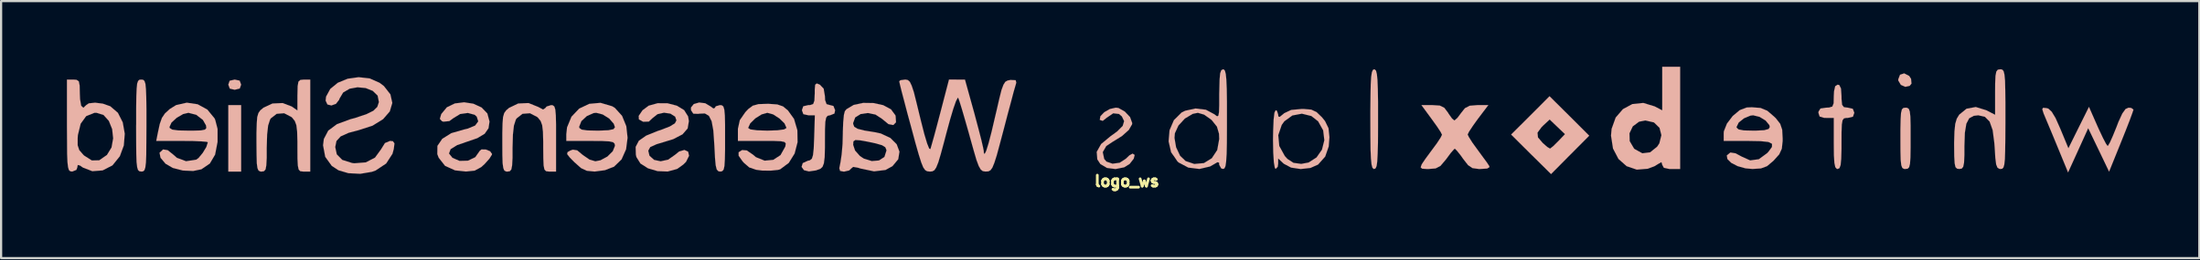
<source format=kicad_pcb>
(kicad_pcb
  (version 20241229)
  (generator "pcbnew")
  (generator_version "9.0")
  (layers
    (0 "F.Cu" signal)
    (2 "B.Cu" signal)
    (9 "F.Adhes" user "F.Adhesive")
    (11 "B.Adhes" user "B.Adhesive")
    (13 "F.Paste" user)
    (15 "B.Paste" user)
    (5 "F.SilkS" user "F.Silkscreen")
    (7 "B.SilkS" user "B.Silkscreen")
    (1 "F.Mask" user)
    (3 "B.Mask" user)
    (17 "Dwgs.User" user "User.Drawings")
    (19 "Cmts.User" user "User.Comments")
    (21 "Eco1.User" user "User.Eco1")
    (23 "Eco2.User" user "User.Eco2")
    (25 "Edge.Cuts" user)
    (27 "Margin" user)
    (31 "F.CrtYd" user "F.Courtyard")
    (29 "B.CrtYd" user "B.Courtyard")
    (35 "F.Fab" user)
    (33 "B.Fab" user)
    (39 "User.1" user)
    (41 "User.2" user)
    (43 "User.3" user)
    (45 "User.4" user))
  (footprint "logo_ws"
    (layer "F.Cu")
    (at 47.029 2.686)
    (property "Reference" "logo_ws" (at 1.27 2.54 0) (layer "F.SilkS") (effects (font (size 0.5 0.5) (thickness 0.125))))
    (attr through_hole)
    (fp_poly (pts (xy -39.675 -1.869) (xy -39.606 -1.687) (xy -39.383 -1.636) (xy -39.154 -1.692) (xy -39.091 -1.869) (xy -39.157 -2.052) (xy -39.383 -2.101) (xy -39.614 -2.047) (xy -39.675 -1.869)) (stroke (width 0.003) (type solid)) (fill yes) (layer "B.SilkS"))
    (fp_poly (pts (xy -39.675 2.101) (xy -39.383 2.101) (xy -39.091 2.101) (xy -39.091 0.582) (xy -39.091 -0.935) (xy -39.383 -0.935) (xy -39.675 -0.935) (xy -39.675 0.582) (xy -39.675 2.101)) (stroke (width 0.003) (type solid)) (fill yes) (layer "B.SilkS"))
    (fp_poly (pts (xy 36.424 -2.111) (xy 36.426 -2.057) (xy 36.543 -1.859) (xy 36.746 -1.77) (xy 36.944 -1.814) (xy 37.028 -1.918) (xy 37.008 -2.136) (xy 36.921 -2.268) (xy 36.695 -2.385) (xy 36.505 -2.322) (xy 36.424 -2.111)) (stroke (width 0.003) (type solid)) (fill yes) (layer "B.SilkS"))
    (fp_poly (pts (xy 36.523 0.582) (xy 36.525 1.173) (xy 36.535 1.567) (xy 36.563 1.811) (xy 36.609 1.933) (xy 36.685 1.979) (xy 36.756 1.981) (xy 36.855 1.968) (xy 36.921 1.9) (xy 36.96 1.742) (xy 36.98 1.453) (xy 36.987 0.993) (xy 36.987 0.582) (xy 36.987 -0.01) (xy 36.977 -0.406) (xy 36.949 -0.648) (xy 36.899 -0.77) (xy 36.822 -0.813) (xy 36.756 -0.818) (xy 36.657 -0.805) (xy 36.591 -0.739) (xy 36.551 -0.577) (xy 36.533 -0.29) (xy 36.523 0.168) (xy 36.523 0.582)) (stroke (width 0.003) (type solid)) (fill yes) (layer "B.SilkS"))
    (fp_poly (pts (xy 18.783 0.409) (xy 19.69 1.313) (xy 19.985 1.603) (xy 19.985 0.323) (xy 20.168 0.074) (xy 20.244 -0.003) (xy 20.538 -0.277) (xy 20.889 0.058) (xy 21.237 0.391) (xy 20.922 0.721) (xy 20.709 0.932) (xy 20.569 1.044) (xy 20.551 1.049) (xy 20.432 0.978) (xy 20.234 0.805) (xy 20.223 0.795) (xy 20.005 0.538) (xy 19.985 0.323) (xy 19.985 1.603) (xy 20.602 2.215) (xy 21.468 1.341) (xy 22.342 0.462) (xy 21.438 -0.442) (xy 20.533 -1.341) (xy 19.66 -0.465) (xy 18.783 0.409)) (stroke (width 0.003) (type solid)) (fill yes) (layer "B.SilkS"))
    (fp_poly (pts (xy 12.367 -0.295) (xy 12.37 0.5) (xy 12.377 1.09) (xy 12.395 1.501) (xy 12.421 1.768) (xy 12.459 1.918) (xy 12.515 1.979) (xy 12.543 1.981) (xy 12.606 1.953) (xy 12.652 1.849) (xy 12.682 1.638) (xy 12.7 1.293) (xy 12.715 0.785) (xy 12.718 0.084) (xy 12.718 -0.295) (xy 12.718 -1.09) (xy 12.708 -1.676) (xy 12.692 -2.09) (xy 12.664 -2.357) (xy 12.626 -2.507) (xy 12.57 -2.563) (xy 12.543 -2.57) (xy 12.484 -2.543) (xy 12.438 -2.436) (xy 12.405 -2.223) (xy 12.385 -1.88) (xy 12.375 -1.372) (xy 12.367 -0.673) (xy 12.367 -0.295)) (stroke (width 0.003) (type solid)) (fill yes) (layer "B.SilkS"))
    (fp_poly (pts (xy -43.876 0) (xy -43.873 0.747) (xy -43.868 1.288) (xy -43.856 1.666) (xy -43.828 1.9) (xy -43.79 2.029) (xy -43.729 2.085) (xy -43.65 2.098) (xy -43.642 2.101) (xy -43.558 2.09) (xy -43.498 2.037) (xy -43.457 1.915) (xy -43.429 1.687) (xy -43.414 1.323) (xy -43.411 0.79) (xy -43.406 0.058) (xy -43.406 0) (xy -43.406 -0.749) (xy -43.414 -1.293) (xy -43.429 -1.669) (xy -43.452 -1.905) (xy -43.495 -2.035) (xy -43.553 -2.09) (xy -43.635 -2.101) (xy -43.642 -2.101) (xy -43.726 -2.093) (xy -43.785 -2.04) (xy -43.828 -1.918) (xy -43.851 -1.692) (xy -43.866 -1.326) (xy -43.873 -0.795) (xy -43.873 -0.064) (xy -43.876 0)) (stroke (width 0.003) (type solid)) (fill yes) (layer "B.SilkS"))
    (fp_poly (pts (xy -18.593 -0.823) (xy -18.588 -0.701) (xy -18.486 -0.544) (xy -18.26 -0.536) (xy -18.214 -0.544) (xy -17.958 -0.554) (xy -17.775 -0.447) (xy -17.65 -0.201) (xy -17.572 0.221) (xy -17.529 0.843) (xy -17.523 0.945) (xy -17.496 1.473) (xy -17.465 1.814) (xy -17.419 2.002) (xy -17.346 2.083) (xy -17.257 2.101) (xy -17.168 2.083) (xy -17.104 2.009) (xy -17.066 1.844) (xy -17.048 1.547) (xy -17.038 1.082) (xy -17.038 0.582) (xy -17.038 -0.038) (xy -17.048 -0.462) (xy -17.071 -0.724) (xy -17.115 -0.869) (xy -17.181 -0.925) (xy -17.272 -0.935) (xy -17.46 -0.881) (xy -17.503 -0.808) (xy -17.569 -0.78) (xy -17.689 -0.869) (xy -17.94 -1.019) (xy -18.219 -1.054) (xy -18.463 -0.983) (xy -18.593 -0.823)) (stroke (width 0.003) (type solid)) (fill yes) (layer "B.SilkS"))
    (fp_poly (pts (xy 42.987 -0.747) (xy 43.05 -0.549) (xy 43.117 -0.389) (xy 43.246 -0.081) (xy 43.434 0.368) (xy 43.645 0.879) (xy 43.736 1.1) (xy 44.163 2.139) (xy 44.623 1.128) (xy 45.08 0.119) (xy 45.557 1.11) (xy 46.032 2.103) (xy 46.586 0.732) (xy 46.797 0.203) (xy 46.97 -0.241) (xy 47.089 -0.566) (xy 47.142 -0.724) (xy 47.142 -0.732) (xy 47.043 -0.805) (xy 46.921 -0.818) (xy 46.782 -0.757) (xy 46.634 -0.549) (xy 46.457 -0.165) (xy 46.373 0.056) (xy 46.208 0.462) (xy 46.071 0.77) (xy 45.979 0.925) (xy 45.966 0.932) (xy 45.893 0.833) (xy 45.753 0.566) (xy 45.575 0.188) (xy 45.507 0.038) (xy 45.115 -0.853) (xy 44.646 0.091) (xy 44.178 1.036) (xy 43.807 0.14) (xy 43.594 -0.34) (xy 43.419 -0.63) (xy 43.264 -0.775) (xy 43.18 -0.798) (xy 43.025 -0.813) (xy 42.987 -0.747)) (stroke (width 0.003) (type solid)) (fill yes) (layer "B.SilkS"))
    (fp_poly (pts (xy -0.102 1.201) (xy -0.074 1.544) (xy 0.066 1.758) (xy 0.368 1.935) (xy 0.759 1.984) (xy 1.151 1.905) (xy 1.4 1.75) (xy 1.585 1.511) (xy 1.628 1.341) (xy 1.534 1.28) (xy 1.389 1.359) (xy 1.224 1.516) (xy 0.945 1.697) (xy 0.62 1.742) (xy 0.343 1.646) (xy 0.239 1.524) (xy 0.173 1.212) (xy 0.333 0.935) (xy 0.627 0.739) (xy 1.046 0.48) (xy 1.359 0.201) (xy 1.509 -0.058) (xy 1.516 -0.114) (xy 1.417 -0.389) (xy 1.179 -0.64) (xy 0.889 -0.803) (xy 0.767 -0.818) (xy 0.498 -0.757) (xy 0.241 -0.61) (xy 0.066 -0.427) (xy 0.038 -0.267) (xy 0.043 -0.259) (xy 0.173 -0.216) (xy 0.353 -0.358) (xy 0.65 -0.561) (xy 0.914 -0.531) (xy 1.046 -0.417) (xy 1.148 -0.203) (xy 1.082 0.015) (xy 0.831 0.267) (xy 0.526 0.488) (xy 0.099 0.843) (xy -0.102 1.201)) (stroke (width 0.003) (type solid)) (fill yes) (layer "B.SilkS"))
    (fp_poly (pts (xy 32.786 -0.584) (xy 32.842 -0.414) (xy 33.048 -0.353) (xy 33.137 -0.351) (xy 33.487 -0.351) (xy 33.487 0.815) (xy 33.492 1.359) (xy 33.515 1.709) (xy 33.556 1.9) (xy 33.627 1.979) (xy 33.663 1.981) (xy 33.746 1.943) (xy 33.797 1.803) (xy 33.825 1.519) (xy 33.838 1.057) (xy 33.838 0.815) (xy 33.84 0.287) (xy 33.853 -0.053) (xy 33.886 -0.244) (xy 33.952 -0.33) (xy 34.061 -0.351) (xy 34.13 -0.351) (xy 34.359 -0.406) (xy 34.422 -0.584) (xy 34.353 -0.767) (xy 34.13 -0.818) (xy 33.95 -0.841) (xy 33.866 -0.947) (xy 33.84 -1.201) (xy 33.838 -1.344) (xy 33.815 -1.692) (xy 33.739 -1.849) (xy 33.663 -1.869) (xy 33.551 -1.798) (xy 33.498 -1.565) (xy 33.487 -1.344) (xy 33.48 -1.021) (xy 33.421 -0.869) (xy 33.269 -0.823) (xy 33.137 -0.818) (xy 32.88 -0.78) (xy 32.794 -0.645) (xy 32.786 -0.584)) (stroke (width 0.003) (type solid)) (fill yes) (layer "B.SilkS"))
    (fp_poly (pts (xy 23.335 0.46) (xy 23.426 1.049) (xy 23.675 1.524) (xy 24.046 1.854) (xy 24.176 1.897) (xy 24.176 0.353) (xy 24.326 0.036) (xy 24.613 -0.178) (xy 24.902 -0.234) (xy 25.291 -0.145) (xy 25.545 0.102) (xy 25.631 0.437) (xy 25.537 0.813) (xy 25.436 0.965) (xy 25.116 1.222) (xy 24.762 1.265) (xy 24.42 1.077) (xy 24.384 1.049) (xy 24.186 0.711) (xy 24.176 0.353) (xy 24.176 1.897) (xy 24.508 2.012) (xy 25.009 1.971) (xy 25.309 1.859) (xy 25.502 1.742) (xy 25.634 1.669) (xy 25.669 1.788) (xy 25.669 1.793) (xy 25.743 1.928) (xy 25.989 1.981) (xy 26.078 1.981) (xy 26.485 1.981) (xy 26.485 -0.351) (xy 26.485 -2.685) (xy 26.078 -2.685) (xy 25.669 -2.685) (xy 25.669 -1.692) (xy 25.669 -0.696) (xy 25.326 -0.876) (xy 24.806 -1.034) (xy 24.308 -0.983) (xy 23.879 -0.752) (xy 23.548 -0.368) (xy 23.363 0.147) (xy 23.335 0.46)) (stroke (width 0.003) (type solid)) (fill yes) (layer "B.SilkS"))
    (fp_poly (pts (xy -13.551 1.887) (xy -13.442 2.037) (xy -13.216 2.093) (xy -12.896 2.047) (xy -12.69 1.971) (xy -12.596 1.882) (xy -12.535 1.722) (xy -12.499 1.438) (xy -12.487 0.991) (xy -12.487 0.693) (xy -12.484 0.165) (xy -12.469 -0.175) (xy -12.431 -0.363) (xy -12.367 -0.447) (xy -12.263 -0.47) (xy -12.253 -0.47) (xy -12.055 -0.549) (xy -12.022 -0.701) (xy -12.101 -0.897) (xy -12.253 -0.935) (xy -12.413 -0.98) (xy -12.479 -1.163) (xy -12.487 -1.341) (xy -12.545 -1.687) (xy -12.72 -1.869) (xy -12.86 -1.925) (xy -12.931 -1.867) (xy -12.951 -1.638) (xy -12.951 -1.463) (xy -12.967 -1.138) (xy -13.023 -0.983) (xy -13.162 -0.937) (xy -13.246 -0.935) (xy -13.475 -0.881) (xy -13.536 -0.701) (xy -13.47 -0.521) (xy -13.238 -0.47) (xy -12.946 -0.47) (xy -12.977 0.554) (xy -12.997 1.044) (xy -13.03 1.349) (xy -13.081 1.511) (xy -13.17 1.585) (xy -13.274 1.61) (xy -13.498 1.714) (xy -13.551 1.887)) (stroke (width 0.003) (type solid)) (fill yes) (layer "B.SilkS"))
    (fp_poly (pts (xy -38.392 0.767) (xy -38.387 1.341) (xy -38.377 1.72) (xy -38.346 1.946) (xy -38.296 2.057) (xy -38.212 2.098) (xy -38.156 2.101) (xy -38.047 2.083) (xy -37.978 2.002) (xy -37.943 1.814) (xy -37.925 1.473) (xy -37.925 1.016) (xy -37.907 0.414) (xy -37.861 0) (xy -37.777 -0.262) (xy -37.744 -0.325) (xy -37.47 -0.538) (xy -37.13 -0.564) (xy -36.797 -0.391) (xy -36.756 -0.351) (xy -36.645 -0.211) (xy -36.573 -0.018) (xy -36.538 0.279) (xy -36.525 0.732) (xy -36.525 0.991) (xy -36.523 1.506) (xy -36.507 1.826) (xy -36.469 2.007) (xy -36.398 2.083) (xy -36.279 2.098) (xy -36.231 2.101) (xy -35.941 2.101) (xy -35.941 0) (xy -35.941 -2.101) (xy -36.231 -2.101) (xy -36.393 -2.085) (xy -36.479 -2.007) (xy -36.515 -1.806) (xy -36.523 -1.433) (xy -36.525 -1.397) (xy -36.525 -0.691) (xy -36.784 -0.871) (xy -37.198 -1.029) (xy -37.663 -1.008) (xy -38.08 -0.813) (xy -38.082 -0.808) (xy -38.217 -0.696) (xy -38.303 -0.572) (xy -38.357 -0.389) (xy -38.379 -0.102) (xy -38.392 0.34) (xy -38.392 0.767)) (stroke (width 0.003) (type solid)) (fill yes) (layer "B.SilkS"))
    (fp_poly (pts (xy -30.15 1.306) (xy -30.086 1.471) (xy -29.797 1.839) (xy -29.342 2.045) (xy -28.842 2.098) (xy -28.448 2.057) (xy -28.151 1.897) (xy -27.998 1.758) (xy -27.78 1.516) (xy -27.666 1.333) (xy -27.656 1.298) (xy -27.744 1.173) (xy -27.945 1.092) (xy -28.138 1.09) (xy -28.214 1.151) (xy -28.42 1.443) (xy -28.753 1.603) (xy -29.139 1.613) (xy -29.461 1.473) (xy -29.619 1.275) (xy -29.545 1.077) (xy -29.248 0.892) (xy -28.859 0.757) (xy -28.326 0.574) (xy -27.991 0.371) (xy -27.818 0.122) (xy -27.772 -0.185) (xy -27.871 -0.554) (xy -28.133 -0.826) (xy -28.506 -0.998) (xy -28.928 -1.064) (xy -29.352 -1.011) (xy -29.715 -0.836) (xy -29.969 -0.528) (xy -29.972 -0.521) (xy -30.035 -0.307) (xy -29.942 -0.203) (xy -29.873 -0.178) (xy -29.601 -0.206) (xy -29.411 -0.345) (xy -29.111 -0.528) (xy -28.758 -0.577) (xy -28.448 -0.493) (xy -28.354 -0.409) (xy -28.285 -0.193) (xy -28.425 -0.003) (xy -28.765 0.14) (xy -28.91 0.173) (xy -29.51 0.345) (xy -29.926 0.605) (xy -30.145 0.927) (xy -30.15 1.306)) (stroke (width 0.003) (type solid)) (fill yes) (layer "B.SilkS"))
    (fp_poly (pts (xy -27.188 0.767) (xy -27.186 1.341) (xy -27.175 1.72) (xy -27.142 1.946) (xy -27.094 2.057) (xy -27.01 2.098) (xy -26.954 2.101) (xy -26.845 2.083) (xy -26.777 2.002) (xy -26.741 1.814) (xy -26.723 1.473) (xy -26.723 1.016) (xy -26.706 0.414) (xy -26.66 0) (xy -26.576 -0.262) (xy -26.54 -0.325) (xy -26.269 -0.538) (xy -25.928 -0.564) (xy -25.596 -0.391) (xy -25.555 -0.351) (xy -25.443 -0.211) (xy -25.372 -0.018) (xy -25.337 0.279) (xy -25.324 0.732) (xy -25.324 0.991) (xy -25.319 1.506) (xy -25.306 1.826) (xy -25.268 2.007) (xy -25.197 2.083) (xy -25.077 2.098) (xy -25.029 2.101) (xy -24.74 2.101) (xy -24.74 0.582) (xy -24.74 -0.038) (xy -24.75 -0.462) (xy -24.773 -0.729) (xy -24.816 -0.869) (xy -24.884 -0.925) (xy -24.963 -0.935) (xy -25.169 -0.871) (xy -25.232 -0.798) (xy -25.331 -0.734) (xy -25.547 -0.848) (xy -25.557 -0.853) (xy -25.994 -1.029) (xy -26.467 -1.008) (xy -26.881 -0.808) (xy -27.013 -0.696) (xy -27.102 -0.572) (xy -27.155 -0.389) (xy -27.178 -0.102) (xy -27.188 0.34) (xy -27.188 0.767)) (stroke (width 0.003) (type solid)) (fill yes) (layer "B.SilkS"))
    (fp_poly (pts (xy -21.112 0.973) (xy -21.102 1.333) (xy -21.077 1.438) (xy -20.894 1.732) (xy -20.551 1.951) (xy -20.114 2.08) (xy -19.655 2.098) (xy -19.235 1.984) (xy -19.197 1.963) (xy -18.936 1.775) (xy -18.816 1.654) (xy -18.679 1.379) (xy -18.722 1.191) (xy -18.89 1.113) (xy -19.131 1.184) (xy -19.319 1.336) (xy -19.632 1.557) (xy -19.972 1.631) (xy -20.272 1.567) (xy -20.483 1.377) (xy -20.538 1.146) (xy -20.447 0.98) (xy -20.16 0.851) (xy -20.041 0.815) (xy -19.401 0.62) (xy -18.976 0.399) (xy -18.743 0.13) (xy -18.687 -0.203) (xy -18.722 -0.417) (xy -18.903 -0.706) (xy -19.238 -0.909) (xy -19.662 -1.019) (xy -20.112 -1.021) (xy -20.518 -0.909) (xy -20.798 -0.701) (xy -20.973 -0.442) (xy -20.965 -0.284) (xy -20.777 -0.178) (xy -20.762 -0.175) (xy -20.511 -0.183) (xy -20.345 -0.34) (xy -20.117 -0.521) (xy -19.82 -0.589) (xy -19.528 -0.546) (xy -19.312 -0.409) (xy -19.253 -0.239) (xy -19.324 -0.102) (xy -19.55 0.038) (xy -19.967 0.201) (xy -20.102 0.244) (xy -20.635 0.46) (xy -20.965 0.691) (xy -21.112 0.973)) (stroke (width 0.003) (type solid)) (fill yes) (layer "B.SilkS"))
    (fp_poly (pts (xy 14.661 1.908) (xy 14.729 1.968) (xy 14.915 1.981) (xy 15.039 1.981) (xy 15.344 1.956) (xy 15.56 1.844) (xy 15.773 1.595) (xy 15.834 1.519) (xy 16.032 1.25) (xy 16.18 1.082) (xy 16.218 1.054) (xy 16.312 1.146) (xy 16.487 1.364) (xy 16.596 1.519) (xy 16.82 1.806) (xy 17.023 1.943) (xy 17.302 1.981) (xy 17.391 1.981) (xy 17.696 1.961) (xy 17.798 1.895) (xy 17.78 1.839) (xy 17.668 1.669) (xy 17.46 1.387) (xy 17.247 1.095) (xy 17.015 0.775) (xy 16.855 0.521) (xy 16.802 0.406) (xy 16.868 0.272) (xy 17.041 0.01) (xy 17.272 -0.312) (xy 17.744 -0.935) (xy 17.244 -0.935) (xy 16.896 -0.907) (xy 16.678 -0.795) (xy 16.51 -0.584) (xy 16.337 -0.353) (xy 16.208 -0.239) (xy 16.198 -0.234) (xy 16.088 -0.325) (xy 15.931 -0.546) (xy 15.911 -0.584) (xy 15.738 -0.813) (xy 15.532 -0.914) (xy 15.199 -0.935) (xy 14.696 -0.935) (xy 15.164 -0.297) (xy 15.403 0.036) (xy 15.57 0.29) (xy 15.634 0.419) (xy 15.57 0.549) (xy 15.403 0.805) (xy 15.189 1.095) (xy 14.884 1.509) (xy 14.709 1.768) (xy 14.661 1.908)) (stroke (width 0.003) (type solid)) (fill yes) (layer "B.SilkS"))
    (fp_poly (pts (xy 7.932 0.64) (xy 7.943 1.234) (xy 7.971 1.676) (xy 8.014 1.928) (xy 8.052 1.981) (xy 8.146 1.882) (xy 8.166 1.742) (xy 8.166 1.506) (xy 8.171 1.506) (xy 8.171 0.437) (xy 8.329 -0.03) (xy 8.448 -0.196) (xy 8.814 -0.462) (xy 9.248 -0.544) (xy 9.68 -0.437) (xy 9.987 -0.196) (xy 10.218 0.216) (xy 10.272 0.668) (xy 10.163 1.1) (xy 9.916 1.455) (xy 9.555 1.687) (xy 9.218 1.75) (xy 8.865 1.702) (xy 8.59 1.524) (xy 8.468 1.389) (xy 8.217 0.932) (xy 8.171 0.437) (xy 8.171 1.506) (xy 8.423 1.742) (xy 8.755 1.918) (xy 9.192 1.984) (xy 9.637 1.935) (xy 9.99 1.778) (xy 9.99 1.775) (xy 10.31 1.415) (xy 10.47 0.953) (xy 10.503 0.531) (xy 10.46 0.119) (xy 10.302 -0.206) (xy 10.163 -0.378) (xy 9.916 -0.617) (xy 9.675 -0.729) (xy 9.329 -0.759) (xy 9.238 -0.759) (xy 8.758 -0.714) (xy 8.44 -0.564) (xy 8.412 -0.538) (xy 8.237 -0.396) (xy 8.174 -0.417) (xy 8.166 -0.508) (xy 8.11 -0.676) (xy 8.052 -0.701) (xy 7.998 -0.592) (xy 7.96 -0.272) (xy 7.94 0.221) (xy 7.932 0.64)) (stroke (width 0.003) (type solid)) (fill yes) (layer "B.SilkS"))
    (fp_poly (pts (xy 38.971 0.889) (xy 38.976 1.4) (xy 38.994 1.722) (xy 39.032 1.897) (xy 39.106 1.968) (xy 39.207 1.981) (xy 39.319 1.963) (xy 39.385 1.88) (xy 39.423 1.692) (xy 39.439 1.344) (xy 39.439 0.942) (xy 39.459 0.33) (xy 39.527 -0.084) (xy 39.657 -0.333) (xy 39.868 -0.447) (xy 40.071 -0.47) (xy 40.373 -0.401) (xy 40.587 -0.185) (xy 40.726 0.206) (xy 40.803 0.795) (xy 40.818 0.993) (xy 40.848 1.478) (xy 40.886 1.775) (xy 40.947 1.925) (xy 41.041 1.979) (xy 41.087 1.981) (xy 41.163 1.971) (xy 41.219 1.91) (xy 41.257 1.778) (xy 41.283 1.539) (xy 41.295 1.166) (xy 41.303 0.622) (xy 41.308 -0.114) (xy 41.308 -0.295) (xy 41.308 -1.074) (xy 41.3 -1.654) (xy 41.29 -2.057) (xy 41.265 -2.324) (xy 41.229 -2.474) (xy 41.178 -2.548) (xy 41.107 -2.57) (xy 41.072 -2.57) (xy 40.96 -2.553) (xy 40.894 -2.469) (xy 40.856 -2.276) (xy 40.841 -1.928) (xy 40.838 -1.529) (xy 40.838 -0.493) (xy 40.434 -0.701) (xy 39.957 -0.848) (xy 39.535 -0.77) (xy 39.202 -0.498) (xy 39.091 -0.315) (xy 39.022 -0.081) (xy 38.986 0.259) (xy 38.971 0.767) (xy 38.971 0.889)) (stroke (width 0.003) (type solid)) (fill yes) (layer "B.SilkS"))
    (fp_poly (pts (xy -42.959 0.701) (xy -42.357 0.701) (xy -42.357 0.066) (xy -42.263 -0.14) (xy -42.024 -0.358) (xy -41.735 -0.526) (xy -41.493 -0.584) (xy -41.138 -0.493) (xy -40.833 -0.259) (xy -40.691 -0.008) (xy -40.676 0.114) (xy -40.739 0.185) (xy -40.924 0.221) (xy -41.28 0.231) (xy -41.493 0.231) (xy -41.958 0.221) (xy -42.227 0.185) (xy -42.342 0.114) (xy -42.357 0.066) (xy -42.357 0.701) (xy -41.783 0.701) (xy -41.293 0.704) (xy -40.902 0.721) (xy -40.66 0.742) (xy -40.607 0.762) (xy -40.676 0.978) (xy -40.841 1.25) (xy -41.031 1.481) (xy -41.138 1.557) (xy -41.6 1.628) (xy -42.017 1.473) (xy -42.184 1.326) (xy -42.438 1.123) (xy -42.644 1.09) (xy -42.647 1.09) (xy -42.809 1.24) (xy -42.763 1.471) (xy -42.535 1.742) (xy -42.202 1.935) (xy -41.747 2.052) (xy -41.275 2.073) (xy -40.902 1.996) (xy -40.516 1.732) (xy -40.277 1.326) (xy -40.165 0.747) (xy -40.165 0.714) (xy -40.165 0.15) (xy -40.274 -0.269) (xy -40.305 -0.333) (xy -40.632 -0.732) (xy -41.072 -0.973) (xy -41.567 -1.046) (xy -42.055 -0.935) (xy -42.342 -0.757) (xy -42.563 -0.554) (xy -42.7 -0.351) (xy -42.799 -0.071) (xy -42.883 0.318) (xy -42.959 0.701)) (stroke (width 0.003) (type solid)) (fill yes) (layer "B.SilkS"))
    (fp_poly (pts (xy -47.028 0) (xy -47.023 0.747) (xy -47.02 1.288) (xy -47.005 1.666) (xy -46.977 1.9) (xy -46.939 2.029) (xy -46.881 2.085) (xy -46.8 2.098) (xy -46.792 2.101) (xy -46.599 2.024) (xy -46.558 1.918) (xy -46.54 1.816) (xy -46.54 0.899) (xy -46.54 0.574) (xy -46.53 0.434) (xy -46.403 -0.086) (xy -46.152 -0.432) (xy -45.781 -0.582) (xy -45.679 -0.584) (xy -45.359 -0.483) (xy -45.118 -0.213) (xy -44.968 0.16) (xy -44.922 0.584) (xy -44.996 0.998) (xy -45.202 1.336) (xy -45.209 1.344) (xy -45.557 1.585) (xy -45.895 1.593) (xy -46.246 1.369) (xy -46.284 1.331) (xy -46.467 1.12) (xy -46.54 0.899) (xy -46.54 1.816) (xy -46.538 1.798) (xy -46.431 1.826) (xy -46.299 1.918) (xy -45.872 2.083) (xy -45.403 2.047) (xy -44.961 1.821) (xy -44.938 1.798) (xy -44.618 1.4) (xy -44.437 0.907) (xy -44.394 0.371) (xy -44.486 -0.147) (xy -44.707 -0.584) (xy -45.052 -0.881) (xy -45.39 -1.001) (xy -45.745 -1.046) (xy -46.032 -1.016) (xy -46.152 -0.935) (xy -46.281 -0.813) (xy -46.38 -0.907) (xy -46.431 -1.204) (xy -46.441 -1.46) (xy -46.449 -1.826) (xy -46.487 -2.019) (xy -46.589 -2.09) (xy -46.733 -2.101) (xy -47.028 -2.101) (xy -47.028 0)) (stroke (width 0.003) (type solid)) (fill yes) (layer "B.SilkS"))
    (fp_poly (pts (xy -16.452 0.701) (xy -15.987 0.701) (xy -15.987 0.109) (xy -15.893 -0.099) (xy -15.659 -0.33) (xy -15.372 -0.511) (xy -15.113 -0.584) (xy -14.846 -0.511) (xy -14.559 -0.325) (xy -14.328 -0.099) (xy -14.237 0.109) (xy -14.346 0.175) (xy -14.653 0.216) (xy -15.113 0.231) (xy -15.578 0.216) (xy -15.883 0.175) (xy -15.987 0.109) (xy -15.987 0.701) (xy -15.337 0.701) (xy -14.821 0.701) (xy -14.498 0.714) (xy -14.331 0.749) (xy -14.272 0.813) (xy -14.285 0.919) (xy -14.295 0.963) (xy -14.511 1.349) (xy -14.841 1.565) (xy -15.235 1.603) (xy -15.631 1.443) (xy -15.756 1.336) (xy -16.048 1.135) (xy -16.261 1.118) (xy -16.421 1.219) (xy -16.419 1.377) (xy -16.243 1.628) (xy -16.182 1.697) (xy -15.938 1.91) (xy -15.618 2.019) (xy -15.339 2.055) (xy -14.948 2.057) (xy -14.625 2.024) (xy -14.526 1.996) (xy -14.135 1.704) (xy -13.868 1.275) (xy -13.734 0.757) (xy -13.744 0.211) (xy -13.896 -0.305) (xy -14.173 -0.691) (xy -14.397 -0.876) (xy -14.656 -0.965) (xy -15.042 -0.993) (xy -15.123 -0.993) (xy -15.517 -0.98) (xy -15.773 -0.909) (xy -15.984 -0.752) (xy -16.114 -0.612) (xy -16.365 -0.249) (xy -16.452 0.147) (xy -16.452 0.234) (xy -16.452 0.701)) (stroke (width 0.003) (type solid)) (fill yes) (layer "B.SilkS"))
    (fp_poly (pts (xy -24.272 0.701) (xy -23.688 0.701) (xy -23.688 0.056) (xy -23.586 -0.203) (xy -23.338 -0.434) (xy -23.028 -0.572) (xy -22.908 -0.584) (xy -22.614 -0.508) (xy -22.319 -0.323) (xy -22.111 -0.086) (xy -22.055 0.076) (xy -22.123 0.165) (xy -22.357 0.213) (xy -22.786 0.231) (xy -22.873 0.231) (xy -23.315 0.221) (xy -23.569 0.185) (xy -23.675 0.112) (xy -23.688 0.056) (xy -23.688 0.701) (xy -23.162 0.701) (xy -22.644 0.704) (xy -22.319 0.721) (xy -22.141 0.759) (xy -22.068 0.831) (xy -22.055 0.925) (xy -22.156 1.173) (xy -22.4 1.415) (xy -22.715 1.585) (xy -22.949 1.631) (xy -23.218 1.552) (xy -23.505 1.354) (xy -23.536 1.331) (xy -23.777 1.13) (xy -23.975 1.1) (xy -24.084 1.138) (xy -24.216 1.212) (xy -24.234 1.303) (xy -24.112 1.46) (xy -23.901 1.674) (xy -23.602 1.941) (xy -23.335 2.065) (xy -22.995 2.098) (xy -22.972 2.098) (xy -22.512 2.037) (xy -22.113 1.882) (xy -22.098 1.877) (xy -21.755 1.544) (xy -21.549 1.082) (xy -21.481 0.556) (xy -21.539 0.028) (xy -21.732 -0.445) (xy -22.055 -0.803) (xy -22.179 -0.881) (xy -22.713 -1.039) (xy -23.226 -0.993) (xy -23.686 -0.775) (xy -24.036 -0.406) (xy -24.239 0.084) (xy -24.272 0.396) (xy -24.272 0.701)) (stroke (width 0.003) (type solid)) (fill yes) (layer "B.SilkS"))
    (fp_poly (pts (xy 28.471 0.701) (xy 29.055 0.701) (xy 29.055 0.064) (xy 29.154 -0.14) (xy 29.395 -0.333) (xy 29.688 -0.455) (xy 29.812 -0.47) (xy 30.104 -0.399) (xy 30.378 -0.231) (xy 30.549 -0.025) (xy 30.571 0.064) (xy 30.516 0.157) (xy 30.317 0.211) (xy 29.936 0.231) (xy 29.812 0.231) (xy 29.383 0.221) (xy 29.146 0.175) (xy 29.058 0.091) (xy 29.055 0.064) (xy 29.055 0.701) (xy 29.581 0.701) (xy 30.15 0.711) (xy 30.508 0.749) (xy 30.673 0.833) (xy 30.668 0.978) (xy 30.516 1.186) (xy 30.452 1.257) (xy 30.071 1.537) (xy 29.675 1.59) (xy 29.286 1.415) (xy 29.012 1.267) (xy 28.788 1.232) (xy 28.768 1.234) (xy 28.611 1.364) (xy 28.639 1.529) (xy 28.814 1.702) (xy 29.103 1.852) (xy 29.464 1.953) (xy 29.784 1.981) (xy 30.168 1.956) (xy 30.444 1.854) (xy 30.719 1.623) (xy 30.757 1.585) (xy 31.001 1.313) (xy 31.118 1.057) (xy 31.156 0.706) (xy 31.156 0.582) (xy 31.135 0.188) (xy 31.044 -0.081) (xy 30.841 -0.34) (xy 30.757 -0.419) (xy 30.455 -0.678) (xy 30.15 -0.805) (xy 29.751 -0.836) (xy 29.52 -0.826) (xy 29.202 -0.706) (xy 28.88 -0.437) (xy 28.618 -0.091) (xy 28.478 0.259) (xy 28.471 0.345) (xy 28.471 0.701)) (stroke (width 0.003) (type solid)) (fill yes) (layer "B.SilkS"))
    (fp_poly (pts (xy -35.357 0.899) (xy -35.258 1.427) (xy -34.961 1.839) (xy -34.656 2.04) (xy -34.204 2.174) (xy -33.663 2.202) (xy -33.137 2.113) (xy -32.964 2.052) (xy -32.482 1.732) (xy -32.194 1.288) (xy -32.136 1.072) (xy -32.103 0.813) (xy -32.174 0.714) (xy -32.306 0.701) (xy -32.537 0.798) (xy -32.715 1.085) (xy -32.99 1.463) (xy -33.409 1.681) (xy -33.932 1.722) (xy -34.036 1.709) (xy -34.483 1.567) (xy -34.732 1.313) (xy -34.803 0.98) (xy -34.747 0.704) (xy -34.554 0.493) (xy -34.191 0.33) (xy -33.749 0.213) (xy -33.101 0.003) (xy -32.621 -0.295) (xy -32.316 -0.648) (xy -32.202 -1.034) (xy -32.288 -1.425) (xy -32.583 -1.803) (xy -32.779 -1.953) (xy -33.233 -2.154) (xy -33.736 -2.21) (xy -34.237 -2.139) (xy -34.684 -1.956) (xy -35.027 -1.676) (xy -35.22 -1.323) (xy -35.24 -1.14) (xy -35.159 -0.965) (xy -34.978 -0.919) (xy -34.77 -0.993) (xy -34.625 -1.179) (xy -34.608 -1.232) (xy -34.442 -1.511) (xy -34.148 -1.684) (xy -33.787 -1.75) (xy -33.414 -1.714) (xy -33.091 -1.585) (xy -32.87 -1.369) (xy -32.812 -1.074) (xy -32.885 -0.853) (xy -33.066 -0.676) (xy -33.391 -0.516) (xy -33.904 -0.345) (xy -34.112 -0.29) (xy -34.722 -0.066) (xy -35.121 0.231) (xy -35.321 0.612) (xy -35.357 0.899)) (stroke (width 0.003) (type solid)) (fill yes) (layer "B.SilkS"))
    (fp_poly (pts (xy 3.175 0.721) (xy 3.289 1.219) (xy 3.442 1.435) (xy 3.442 0.566) (xy 3.459 0.353) (xy 3.622 -0.003) (xy 3.917 -0.323) (xy 4.275 -0.536) (xy 4.508 -0.584) (xy 4.793 -0.5) (xy 5.1 -0.284) (xy 5.144 -0.244) (xy 5.377 0.048) (xy 5.471 0.371) (xy 5.481 0.612) (xy 5.39 1.118) (xy 5.144 1.491) (xy 4.783 1.714) (xy 4.343 1.753) (xy 3.95 1.621) (xy 3.696 1.377) (xy 3.515 0.991) (xy 3.442 0.566) (xy 3.442 1.435) (xy 3.574 1.631) (xy 3.63 1.684) (xy 4.072 1.918) (xy 4.58 1.981) (xy 5.062 1.867) (xy 5.194 1.793) (xy 5.397 1.674) (xy 5.474 1.692) (xy 5.481 1.793) (xy 5.573 1.956) (xy 5.657 1.981) (xy 5.72 1.953) (xy 5.766 1.849) (xy 5.796 1.638) (xy 5.819 1.293) (xy 5.829 0.785) (xy 5.832 0.084) (xy 5.832 -0.295) (xy 5.832 -1.09) (xy 5.824 -1.676) (xy 5.806 -2.09) (xy 5.779 -2.357) (xy 5.74 -2.507) (xy 5.69 -2.563) (xy 5.657 -2.57) (xy 5.575 -2.53) (xy 5.524 -2.388) (xy 5.497 -2.098) (xy 5.486 -1.628) (xy 5.481 -1.443) (xy 5.481 -0.927) (xy 5.471 -0.61) (xy 5.441 -0.452) (xy 5.385 -0.424) (xy 5.293 -0.49) (xy 5.258 -0.518) (xy 4.872 -0.724) (xy 4.399 -0.78) (xy 3.932 -0.678) (xy 3.769 -0.599) (xy 3.416 -0.249) (xy 3.218 0.211) (xy 3.175 0.721)) (stroke (width 0.003) (type solid)) (fill yes) (layer "B.SilkS"))
    (fp_poly (pts (xy -11.831 1.946) (xy -11.796 2.07) (xy -11.651 2.098) (xy -11.608 2.101) (xy -11.379 2.047) (xy -11.293 1.963) (xy -11.201 1.887) (xy -11.201 0.879) (xy -11.189 0.721) (xy -11.1 0.658) (xy -10.886 0.673) (xy -10.648 0.714) (xy -10.173 0.813) (xy -9.883 0.897) (xy -9.736 0.988) (xy -9.685 1.11) (xy -9.685 1.148) (xy -9.776 1.433) (xy -10.023 1.593) (xy -10.351 1.621) (xy -10.719 1.506) (xy -10.894 1.389) (xy -11.115 1.138) (xy -11.201 0.879) (xy -11.201 1.887) (xy -10.986 1.923) (xy -10.858 1.963) (xy -10.249 2.09) (xy -9.726 2.027) (xy -9.411 1.854) (xy -9.147 1.537) (xy -9.091 1.191) (xy -9.218 0.853) (xy -9.507 0.564) (xy -9.942 0.361) (xy -10.218 0.302) (xy -10.701 0.224) (xy -10.998 0.147) (xy -11.151 0.056) (xy -11.201 -0.074) (xy -11.201 -0.122) (xy -11.107 -0.373) (xy -10.858 -0.528) (xy -10.531 -0.574) (xy -10.183 -0.503) (xy -9.883 -0.307) (xy -9.87 -0.295) (xy -9.591 -0.066) (xy -9.37 -0.025) (xy -9.248 -0.15) (xy -9.266 -0.434) (xy -9.276 -0.47) (xy -9.477 -0.742) (xy -9.83 -0.932) (xy -10.274 -1.029) (xy -10.744 -1.036) (xy -11.173 -0.945) (xy -11.504 -0.749) (xy -11.58 -0.655) (xy -11.623 -0.483) (xy -11.654 -0.145) (xy -11.671 0.287) (xy -11.671 0.351) (xy -11.684 0.851) (xy -11.725 1.321) (xy -11.775 1.659) (xy -11.775 1.664) (xy -11.831 1.946)) (stroke (width 0.003) (type solid)) (fill yes) (layer "B.SilkS"))
    (fp_poly (pts (xy -9.101 -2.024) (xy -9.073 -1.895) (xy -8.994 -1.572) (xy -8.87 -1.102) (xy -8.717 -0.518) (xy -8.555 0.076) (xy -8.362 0.795) (xy -8.212 1.321) (xy -8.098 1.684) (xy -8.006 1.91) (xy -7.917 2.035) (xy -7.831 2.085) (xy -7.722 2.098) (xy -7.709 2.101) (xy -7.592 2.09) (xy -7.498 2.037) (xy -7.414 1.91) (xy -7.32 1.676) (xy -7.209 1.303) (xy -7.061 0.757) (xy -6.952 0.34) (xy -6.784 -0.277) (xy -6.637 -0.77) (xy -6.518 -1.11) (xy -6.436 -1.267) (xy -6.413 -1.267) (xy -6.353 -1.102) (xy -6.246 -0.757) (xy -6.106 -0.277) (xy -5.944 0.29) (xy -5.888 0.493) (xy -5.712 1.123) (xy -5.583 1.565) (xy -5.479 1.844) (xy -5.387 2.007) (xy -5.293 2.08) (xy -5.177 2.098) (xy -5.146 2.098) (xy -5.034 2.09) (xy -4.943 2.04) (xy -4.859 1.925) (xy -4.768 1.704) (xy -4.656 1.354) (xy -4.516 0.836) (xy -4.333 0.145) (xy -4.163 -0.508) (xy -4.008 -1.082) (xy -3.886 -1.547) (xy -3.797 -1.854) (xy -3.767 -1.963) (xy -3.795 -2.073) (xy -4.011 -2.083) (xy -4.036 -2.083) (xy -4.166 -2.057) (xy -4.267 -1.999) (xy -4.351 -1.867) (xy -4.44 -1.628) (xy -4.536 -1.247) (xy -4.666 -0.683) (xy -4.722 -0.447) (xy -4.889 0.269) (xy -5.029 0.808) (xy -5.138 1.156) (xy -5.212 1.303) (xy -5.248 1.232) (xy -5.25 1.156) (xy -5.283 0.988) (xy -5.362 0.645) (xy -5.486 0.165) (xy -5.636 -0.399) (xy -5.677 -0.554) (xy -6.106 -2.101) (xy -6.469 -2.101) (xy -6.833 -2.103) (xy -7.221 -0.612) (xy -7.371 -0.043) (xy -7.506 0.462) (xy -7.615 0.848) (xy -7.676 1.062) (xy -7.684 1.074) (xy -7.737 1.049) (xy -7.831 0.815) (xy -7.958 0.391) (xy -8.11 -0.206) (xy -8.161 -0.414) (xy -8.319 -1.064) (xy -8.435 -1.527) (xy -8.534 -1.824) (xy -8.618 -1.999) (xy -8.707 -2.08) (xy -8.809 -2.101) (xy -8.832 -2.101) (xy -9.042 -2.073) (xy -9.101 -2.024)) (stroke (width 0.003) (type solid)) (fill yes) (layer "B.SilkS")))
  (gr_rect
    (start -3 -3)
    (end 97.173 8.738)
    (stroke (width 0.1) (type default))
    (fill no)
    (layer "Edge.Cuts")))
</source>
